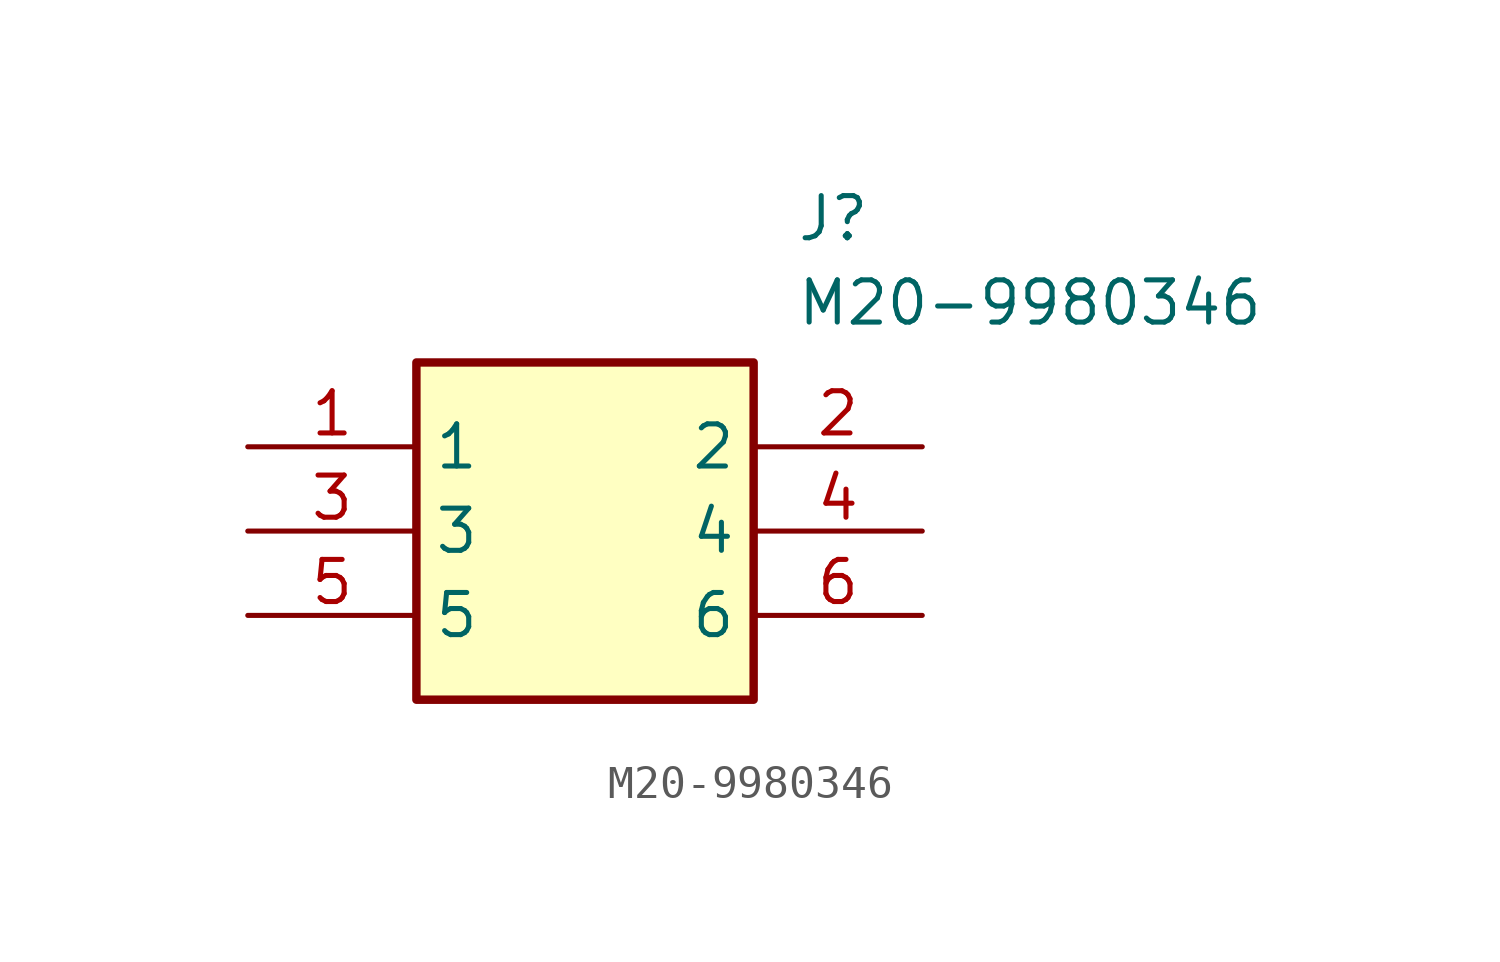
<source format=kicad_sym>
(kicad_symbol_lib
  (version 20211014)
  (generator SamacSys_ECAD_Model)
  (symbol "M20-9980346"
    (property "Reference" "J"
      (at 16.51 7.62 0)
      (effects (font (size 1.27 1.27)) (justify left top)))
    (property "Value" "M20-9980346"
      (at 16.51 5.08 0)
      (effects (font (size 1.27 1.27)) (justify left top)))
    (rectangle
      (start 5.08 2.54)
      (end 15.24 -7.62)
      (stroke (width 0.254) (type default))
      (fill (type background)))
    (pin passive line
      (at 0 0 0)
      (length 5.08)
      (name "1" (effects (font (size 1.27 1.27))))
      (number "1" (effects (font (size 1.27 1.27)))))
    (pin passive line
      (at 0 -2.54 0)
      (length 5.08)
      (name "3" (effects (font (size 1.27 1.27))))
      (number "3" (effects (font (size 1.27 1.27)))))
    (pin passive line
      (at 0 -5.08 0)
      (length 5.08)
      (name "5" (effects (font (size 1.27 1.27))))
      (number "5" (effects (font (size 1.27 1.27)))))
    (pin passive line
      (at 20.32 0 180)
      (length 5.08)
      (name "2" (effects (font (size 1.27 1.27))))
      (number "2" (effects (font (size 1.27 1.27)))))
    (pin passive line
      (at 20.32 -2.54 180)
      (length 5.08)
      (name "4" (effects (font (size 1.27 1.27))))
      (number "4" (effects (font (size 1.27 1.27)))))
    (pin passive line
      (at 20.32 -5.08 180)
      (length 5.08)
      (name "6" (effects (font (size 1.27 1.27))))
      (number "6" (effects (font (size 1.27 1.27)))))))
</source>
